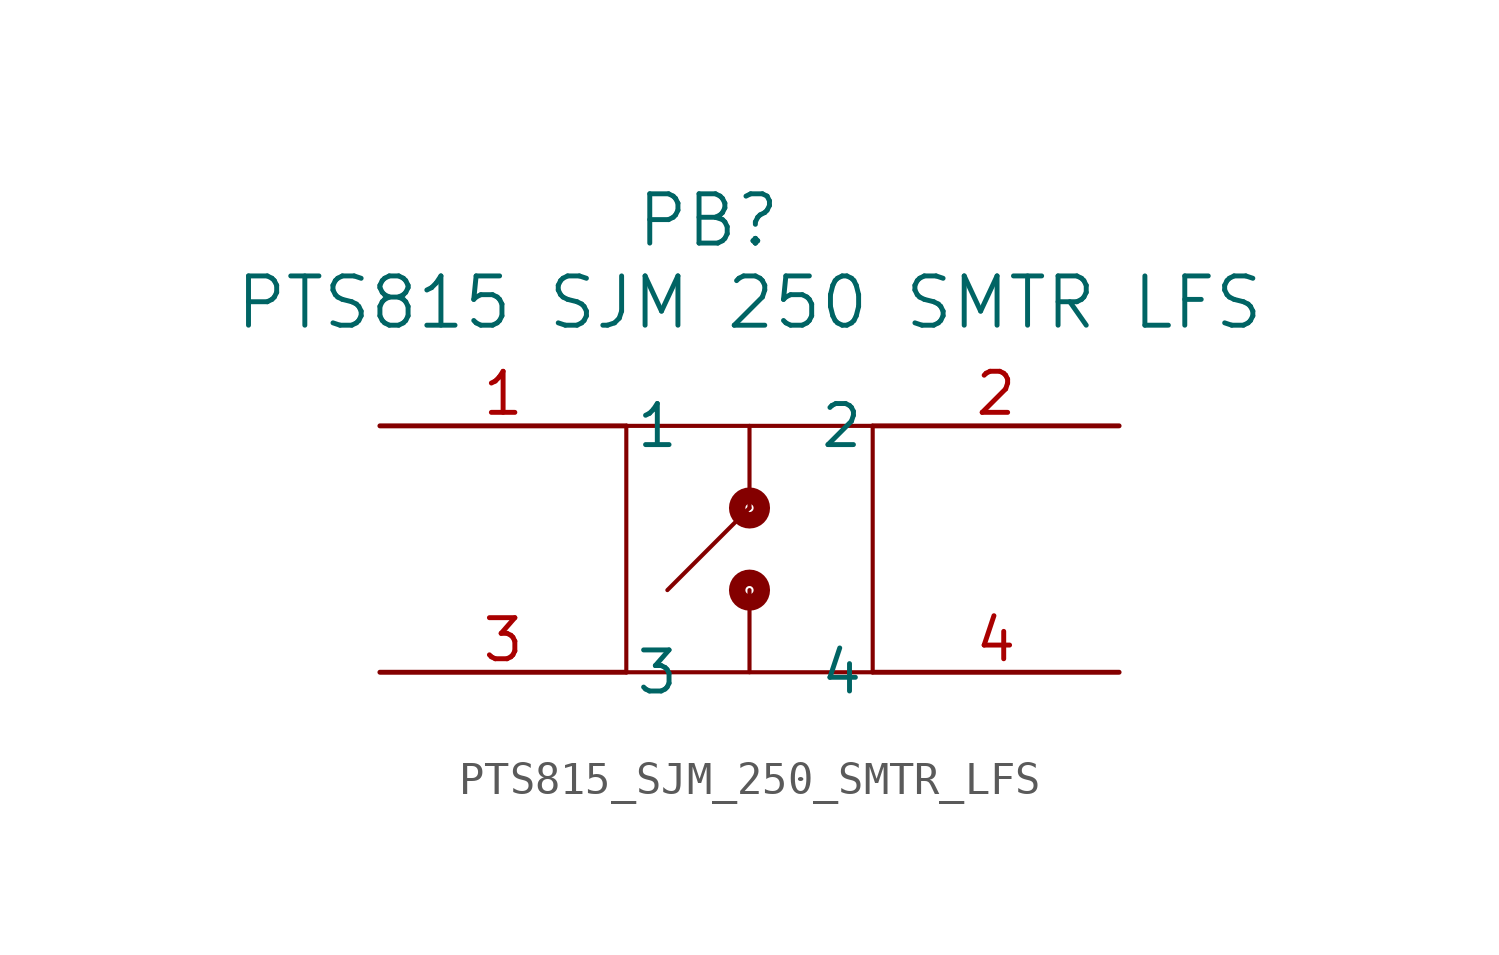
<source format=kicad_sym>
(kicad_symbol_lib
  (version 20220914)
  (generator kicad_symbol_editor)
  (symbol "PTS815_SJM_250_SMTR_LFS"
    (pin_names
      (offset 0.254))
    (property "Reference" "PB"
      (at 39.37 3.81 0)
      (effects (font (size 1.524 1.524))))
    (property "Value" "PTS815 SJM 250 SMTR LFS"
      (at 40.64 1.27 0)
      (effects (font (size 1.524 1.524))))
    (symbol "PTS815_SJM_250_SMTR_LFS_0_1"
      (polyline (pts (xy 36.83 -2.54) (xy 36.83 -10.16)) (stroke (width 0.127) (type default)) (fill (type none)))
      (polyline (pts (xy 36.83 -2.54) (xy 44.45 -2.54)) (stroke (width 0.127) (type default)) (fill (type none)))
      (polyline (pts (xy 38.1 -7.62) (xy 40.64 -5.08)) (stroke (width 0.127) (type default)) (fill (type none)))
      (polyline (pts (xy 40.64 -7.62) (xy 40.64 -10.16)) (stroke (width 0.127) (type default)) (fill (type none)))
      (polyline (pts (xy 40.64 -5.08) (xy 40.64 -2.54)) (stroke (width 0.127) (type default)) (fill (type none)))
      (polyline (pts (xy 44.45 -10.16) (xy 36.83 -10.16)) (stroke (width 0.127) (type default)) (fill (type none)))
      (polyline (pts (xy 44.45 -10.16) (xy 44.45 -2.54)) (stroke (width 0.127) (type default)) (fill (type none)))
      (circle (center 40.64 -7.62) (radius 0.127) (stroke (width 0.508) (type default)) (fill (type none)))
      (circle (center 40.64 -5.08) (radius 0.127) (stroke (width 0.508) (type default)) (fill (type none))))
    (symbol "PTS815_SJM_250_SMTR_LFS_1_1"
      (pin bidirectional line (at 29.21 -2.54 0) (length 7.62) (name "1" (effects (font (size 1.27 1.27)))) (number "1" (effects (font (size 1.27 1.27)))))
      (pin bidirectional line (at 52.07 -2.54 180) (length 7.62) (name "2" (effects (font (size 1.27 1.27)))) (number "2" (effects (font (size 1.27 1.27)))))
      (pin bidirectional line (at 29.21 -10.16 0) (length 7.62) (name "3" (effects (font (size 1.27 1.27)))) (number "3" (effects (font (size 1.27 1.27)))))
      (pin bidirectional line (at 52.07 -10.16 180) (length 7.62) (name "4" (effects (font (size 1.27 1.27)))) (number "4" (effects (font (size 1.27 1.27))))))))
</source>
